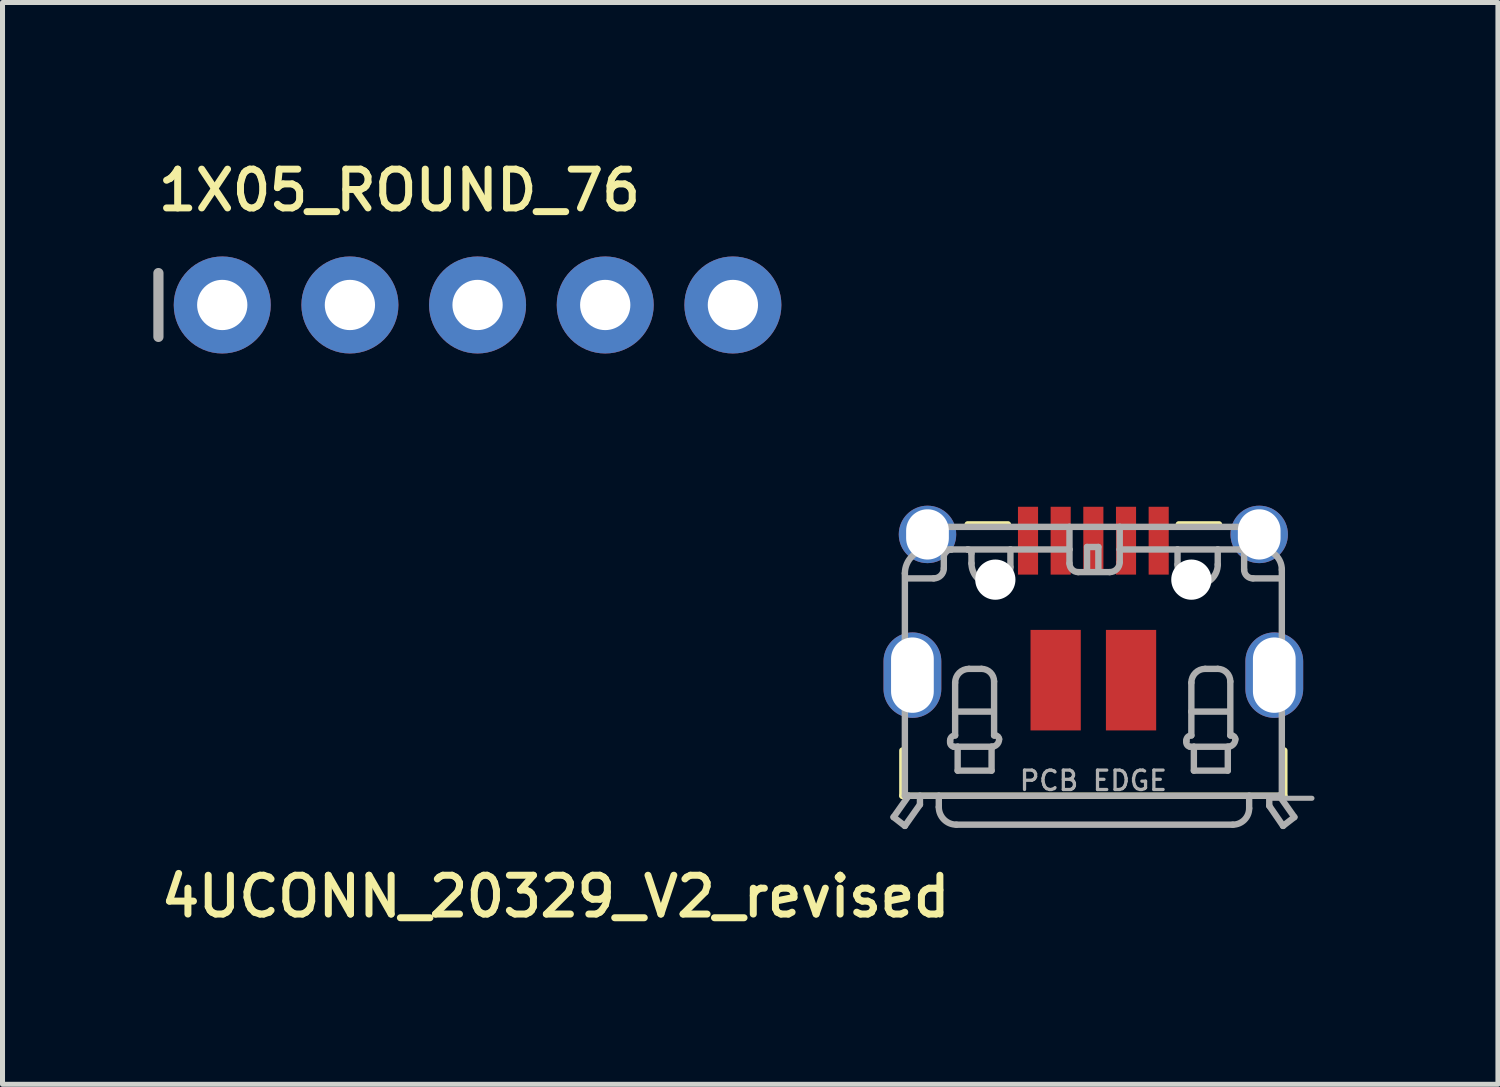
<source format=kicad_pcb>
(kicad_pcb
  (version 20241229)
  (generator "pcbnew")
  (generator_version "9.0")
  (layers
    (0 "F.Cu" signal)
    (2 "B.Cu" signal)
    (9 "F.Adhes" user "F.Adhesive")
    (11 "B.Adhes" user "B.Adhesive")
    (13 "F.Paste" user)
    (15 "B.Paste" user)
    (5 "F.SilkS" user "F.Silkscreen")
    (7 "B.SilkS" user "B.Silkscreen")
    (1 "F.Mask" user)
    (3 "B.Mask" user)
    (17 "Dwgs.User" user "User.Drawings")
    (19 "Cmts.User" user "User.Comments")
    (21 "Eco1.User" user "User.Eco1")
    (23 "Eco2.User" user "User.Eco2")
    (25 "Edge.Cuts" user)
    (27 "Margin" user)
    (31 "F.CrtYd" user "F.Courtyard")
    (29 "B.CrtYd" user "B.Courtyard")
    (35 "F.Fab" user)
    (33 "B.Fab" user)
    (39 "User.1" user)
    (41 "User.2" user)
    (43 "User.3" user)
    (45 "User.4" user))
  (footprint "4UCONN_20329_V2_revised"
    (layer "F.Cu")
    (at 18.704 8.483)
    (property "Reference" "4UCONN_20329_V2_revised" (at -2.778 5.852 180) (layer "F.SilkS") (effects (font (size 0.772 0.772) (thickness 0.139)) (justify right top)))
    (attr through_hole)
    (fp_poly (pts (xy -1.55 -0.05) (xy -1.05 -0.05) (xy -1.05 -1.5) (xy -1.55 -1.5)) (stroke (width 0) (type solid)) (fill yes) (layer "F.Mask"))
    (fp_poly (pts (xy -0.9 -0.05) (xy -0.4 -0.05) (xy -0.4 -1.5) (xy -0.9 -1.5)) (stroke (width 0) (type solid)) (fill yes) (layer "F.Mask"))
    (fp_poly (pts (xy -0.25 -0.05) (xy 0.25 -0.05) (xy 0.25 -1.5) (xy -0.25 -1.5)) (stroke (width 0) (type solid)) (fill yes) (layer "F.Mask"))
    (fp_poly (pts (xy 0.4 -0.05) (xy 0.9 -0.05) (xy 0.9 -1.5) (xy 0.4 -1.5)) (stroke (width 0) (type solid)) (fill yes) (layer "F.Mask"))
    (fp_poly (pts (xy 1.05 -0.05) (xy 1.55 -0.05) (xy 1.55 -1.5) (xy 1.05 -1.5)) (stroke (width 0) (type solid)) (fill yes) (layer "F.Mask"))
    (fp_line (start -3.8 3.4) (end -3.8 4.3) (stroke (width 0.127) (type solid)) (layer "F.SilkS"))
    (fp_line (start -3.8 4.3) (end 3.8 4.3) (stroke (width 0.127) (type solid)) (layer "F.SilkS"))
    (fp_line (start -2.5 -1.1) (end -1.7 -1.1) (stroke (width 0.127) (type solid)) (layer "F.SilkS"))
    (fp_line (start 1.7 -1.1) (end 2.5 -1.1) (stroke (width 0.127) (type solid)) (layer "F.SilkS"))
    (fp_line (start 3.8 4.3) (end 3.8 3.4) (stroke (width 0.127) (type solid)) (layer "F.SilkS"))
    (fp_poly (pts (xy -4.85 3.15) (xy -2.35 3.15) (xy -2.35 0.65) (xy -4.85 0.65)) (stroke (width 0) (type solid)) (fill yes) (layer "F.Paste"))
    (fp_poly (pts (xy -1.45 -0.15) (xy -1.15 -0.15) (xy -1.15 -1.4) (xy -1.45 -1.4)) (stroke (width 0) (type solid)) (fill yes) (layer "F.Paste"))
    (fp_poly (pts (xy -0.8 -0.15) (xy -0.5 -0.15) (xy -0.5 -1.4) (xy -0.8 -1.4)) (stroke (width 0) (type solid)) (fill yes) (layer "F.Paste"))
    (fp_poly (pts (xy -0.15 -0.15) (xy 0.15 -0.15) (xy 0.15 -1.4) (xy -0.15 -1.4)) (stroke (width 0) (type solid)) (fill yes) (layer "F.Paste"))
    (fp_poly (pts (xy 0.5 -0.15) (xy 0.8 -0.15) (xy 0.8 -1.4) (xy 0.5 -1.4)) (stroke (width 0) (type solid)) (fill yes) (layer "F.Paste"))
    (fp_poly (pts (xy 1.15 -0.15) (xy 1.45 -0.15) (xy 1.45 -1.4) (xy 1.15 -1.4)) (stroke (width 0) (type solid)) (fill yes) (layer "F.Paste"))
    (fp_poly (pts (xy 2.35 3.15) (xy 4.85 3.15) (xy 4.85 0.65) (xy 2.35 0.65)) (stroke (width 0) (type solid)) (fill yes) (layer "F.Paste"))
    (fp_poly (pts (xy -5.05 -0.9) (xy -5.014 -0.724) (xy -4.925 -0.567) (xy -4.793 -0.445) (xy -4.45 -0.35) (xy -3.35 -0.35) (xy -3.171 -0.37) (xy -3.007 -0.445) (xy -2.875 -0.567) (xy -2.786 -0.724) (xy -2.75 -0.9) (xy -2.786 -1.076) (xy -2.875 -1.233) (xy -3.007 -1.355) (xy -3.35 -1.45) (xy -4.45 -1.45) (xy -4.629 -1.43) (xy -4.793 -1.355) (xy -4.925 -1.233)) (stroke (width 0) (type solid)) (fill yes) (layer "F.Paste"))
    (fp_poly (pts (xy 2.75 -0.9) (xy 2.786 -0.724) (xy 2.875 -0.567) (xy 3.007 -0.445) (xy 3.35 -0.35) (xy 4.45 -0.35) (xy 4.629 -0.37) (xy 4.793 -0.445) (xy 4.925 -0.567) (xy 5.014 -0.724) (xy 5.05 -0.9) (xy 5.014 -1.076) (xy 4.925 -1.233) (xy 4.793 -1.355) (xy 4.45 -1.45) (xy 3.35 -1.45) (xy 3.171 -1.43) (xy 3.007 -1.355) (xy 2.875 -1.233)) (stroke (width 0) (type solid)) (fill yes) (layer "F.Paste"))
    (fp_line (start -3.975 4.725) (end -3.75 4.9) (stroke (width 0.127) (type solid)) (layer "F.Fab"))
    (fp_line (start -3.975 4.725) (end -3.675 4.3) (stroke (width 0.127) (type solid)) (layer "F.Fab"))
    (fp_line (start -3.75 -0.125) (end -3.75 4.3) (stroke (width 0.127) (type solid)) (layer "F.Fab"))
    (fp_line (start -3.75 4.3) (end -3.675 4.3) (stroke (width 0.127) (type solid)) (layer "F.Fab"))
    (fp_line (start -3.75 4.9) (end -3.45 4.475) (stroke (width 0.127) (type solid)) (layer "F.Fab"))
    (fp_line (start -3.725 -0.025) (end -3.175 -0.025) (stroke (width 0.127) (type solid)) (layer "F.Fab"))
    (fp_line (start -3.675 4.3) (end -3.45 4.3) (stroke (width 0.127) (type solid)) (layer "F.Fab"))
    (fp_line (start -3.575 -1.05) (end -0.475 -1.05) (stroke (width 0.127) (type solid)) (layer "F.Fab"))
    (fp_line (start -3.575 -0.75) (end -3.575 -1.05) (stroke (width 0.127) (type solid)) (layer "F.Fab"))
    (fp_line (start -3.45 4.3) (end -3.075 4.3) (stroke (width 0.127) (type solid)) (layer "F.Fab"))
    (fp_line (start -3.45 4.475) (end -3.45 4.3) (stroke (width 0.127) (type solid)) (layer "F.Fab"))
    (fp_line (start -3.425 -0.75) (end -3.575 -0.75) (stroke (width 0.127) (type solid)) (layer "F.Fab"))
    (fp_line (start -3.425 -0.625) (end -3.425 -0.75) (stroke (width 0.127) (type solid)) (layer "F.Fab"))
    (fp_line (start -3.075 4.3) (end -3.075 4.525) (stroke (width 0.127) (type solid)) (layer "F.Fab"))
    (fp_line (start -3.075 4.3) (end 3.1 4.3) (stroke (width 0.127) (type solid)) (layer "F.Fab"))
    (fp_line (start -2.975 -0.225) (end -2.975 -0.45) (stroke (width 0.127) (type solid)) (layer "F.Fab"))
    (fp_line (start -2.85 3.225) (end -2.85 3.2) (stroke (width 0.127) (type solid)) (layer "F.Fab"))
    (fp_line (start -2.825 -0.6) (end -3.275 -0.6) (stroke (width 0.127) (type solid)) (layer "F.Fab"))
    (fp_line (start -2.825 -0.6) (end -2.5 -0.6) (stroke (width 0.127) (type solid)) (layer "F.Fab"))
    (fp_line (start -2.75 2.625) (end -2.75 2.05) (stroke (width 0.127) (type solid)) (layer "F.Fab"))
    (fp_line (start -2.75 2.625) (end -2 2.625) (stroke (width 0.127) (type solid)) (layer "F.Fab"))
    (fp_line (start -2.75 3.1) (end -2.75 2.625) (stroke (width 0.127) (type solid)) (layer "F.Fab"))
    (fp_line (start -2.725 4.875) (end 2.775 4.875) (stroke (width 0.127) (type solid)) (layer "F.Fab"))
    (fp_line (start -2.7 3.325) (end -2.775 3.325) (stroke (width 0.127) (type solid)) (layer "F.Fab"))
    (fp_line (start -2.7 3.325) (end -2 3.325) (stroke (width 0.127) (type solid)) (layer "F.Fab"))
    (fp_line (start -2.7 3.8) (end -2.7 3.325) (stroke (width 0.127) (type solid)) (layer "F.Fab"))
    (fp_line (start -2.475 1.775) (end -2.225 1.775) (stroke (width 0.127) (type solid)) (layer "F.Fab"))
    (fp_line (start -2.425 -0.525) (end -2.425 -0.325) (stroke (width 0.127) (type solid)) (layer "F.Fab"))
    (fp_line (start -2.025 3.325) (end -2.025 3.8) (stroke (width 0.127) (type solid)) (layer "F.Fab"))
    (fp_line (start -2.025 3.8) (end -2.7 3.8) (stroke (width 0.127) (type solid)) (layer "F.Fab"))
    (fp_line (start -1.975 2.025) (end -1.975 3.1) (stroke (width 0.127) (type solid)) (layer "F.Fab"))
    (fp_line (start -1.975 3.1) (end -1.95 3.1) (stroke (width 0.127) (type solid)) (layer "F.Fab"))
    (fp_line (start -1.65 -0.6) (end -2.5 -0.6) (stroke (width 0.127) (type solid)) (layer "F.Fab"))
    (fp_line (start -1.65 -0.25) (end -1.65 -0.6) (stroke (width 0.127) (type solid)) (layer "F.Fab"))
    (fp_line (start -0.475 -1.05) (end 0.525 -1.05) (stroke (width 0.127) (type solid)) (layer "F.Fab"))
    (fp_line (start -0.475 -0.6) (end -1.65 -0.6) (stroke (width 0.127) (type solid)) (layer "F.Fab"))
    (fp_line (start -0.475 -0.6) (end -0.475 -1.05) (stroke (width 0.127) (type solid)) (layer "F.Fab"))
    (fp_line (start -0.475 -0.325) (end -0.475 -0.6) (stroke (width 0.127) (type solid)) (layer "F.Fab"))
    (fp_line (start -0.125 -0.65) (end 0.1 -0.65) (stroke (width 0.127) (type solid)) (layer "F.Fab"))
    (fp_line (start -0.125 -0.175) (end -0.125 -0.65) (stroke (width 0.127) (type solid)) (layer "F.Fab"))
    (fp_line (start 0.1 -0.65) (end 0.1 -0.175) (stroke (width 0.127) (type solid)) (layer "F.Fab"))
    (fp_line (start 0.325 -0.15) (end -0.3 -0.15) (stroke (width 0.127) (type solid)) (layer "F.Fab"))
    (fp_line (start 0.525 -1.05) (end 0.525 -0.6) (stroke (width 0.127) (type solid)) (layer "F.Fab"))
    (fp_line (start 0.525 -1.05) (end 3.6 -1.05) (stroke (width 0.127) (type solid)) (layer "F.Fab"))
    (fp_line (start 0.525 -0.6) (end 0.525 -0.35) (stroke (width 0.127) (type solid)) (layer "F.Fab"))
    (fp_line (start 1.675 -0.6) (end 0.525 -0.6) (stroke (width 0.127) (type solid)) (layer "F.Fab"))
    (fp_line (start 1.675 -0.6) (end 1.675 -0.3) (stroke (width 0.127) (type solid)) (layer "F.Fab"))
    (fp_line (start 1.85 3.225) (end 1.85 3.2) (stroke (width 0.127) (type solid)) (layer "F.Fab"))
    (fp_line (start 1.95 2.625) (end 1.95 2.05) (stroke (width 0.127) (type solid)) (layer "F.Fab"))
    (fp_line (start 1.95 2.625) (end 2.7 2.625) (stroke (width 0.127) (type solid)) (layer "F.Fab"))
    (fp_line (start 1.95 3.1) (end 1.95 2.625) (stroke (width 0.127) (type solid)) (layer "F.Fab"))
    (fp_line (start 2 3.325) (end 1.925 3.325) (stroke (width 0.127) (type solid)) (layer "F.Fab"))
    (fp_line (start 2 3.325) (end 2.7 3.325) (stroke (width 0.127) (type solid)) (layer "F.Fab"))
    (fp_line (start 2 3.8) (end 2 3.325) (stroke (width 0.127) (type solid)) (layer "F.Fab"))
    (fp_line (start 2.225 1.775) (end 2.475 1.775) (stroke (width 0.127) (type solid)) (layer "F.Fab"))
    (fp_line (start 2.475 -0.6) (end 1.675 -0.6) (stroke (width 0.127) (type solid)) (layer "F.Fab"))
    (fp_line (start 2.475 -0.6) (end 2.925 -0.6) (stroke (width 0.127) (type solid)) (layer "F.Fab"))
    (fp_line (start 2.475 -0.3) (end 2.475 -0.6) (stroke (width 0.127) (type solid)) (layer "F.Fab"))
    (fp_line (start 2.675 3.325) (end 2.675 3.8) (stroke (width 0.127) (type solid)) (layer "F.Fab"))
    (fp_line (start 2.675 3.8) (end 2 3.8) (stroke (width 0.127) (type solid)) (layer "F.Fab"))
    (fp_line (start 2.725 2.025) (end 2.725 3.1) (stroke (width 0.127) (type solid)) (layer "F.Fab"))
    (fp_line (start 2.725 3.1) (end 2.75 3.1) (stroke (width 0.127) (type solid)) (layer "F.Fab"))
    (fp_line (start 3 -0.525) (end 3 -0.2) (stroke (width 0.127) (type solid)) (layer "F.Fab"))
    (fp_line (start 3.1 4.3) (end 3.7 4.3) (stroke (width 0.127) (type solid)) (layer "F.Fab"))
    (fp_line (start 3.1 4.55) (end 3.1 4.3) (stroke (width 0.127) (type solid)) (layer "F.Fab"))
    (fp_line (start 3.175 -0.025) (end 3.725 -0.025) (stroke (width 0.127) (type solid)) (layer "F.Fab"))
    (fp_line (start 3.35 -0.775) (end 3.35 -0.6) (stroke (width 0.127) (type solid)) (layer "F.Fab"))
    (fp_line (start 3.35 -0.6) (end 2.925 -0.6) (stroke (width 0.127) (type solid)) (layer "F.Fab"))
    (fp_line (start 3.5 4.35) (end 4.35 4.35) (stroke (width 0.1) (type solid)) (layer "F.Fab"))
    (fp_line (start 3.5 4.5) (end 3.5 4.35) (stroke (width 0.127) (type solid)) (layer "F.Fab"))
    (fp_line (start 3.6 -1.05) (end 3.6 -0.775) (stroke (width 0.127) (type solid)) (layer "F.Fab"))
    (fp_line (start 3.6 -0.775) (end 3.35 -0.775) (stroke (width 0.127) (type solid)) (layer "F.Fab"))
    (fp_line (start 3.7 4.3) (end 3.75 4.3) (stroke (width 0.127) (type solid)) (layer "F.Fab"))
    (fp_line (start 3.7 4.3) (end 4 4.725) (stroke (width 0.127) (type solid)) (layer "F.Fab"))
    (fp_line (start 3.75 4.3) (end 3.75 -0.2) (stroke (width 0.127) (type solid)) (layer "F.Fab"))
    (fp_line (start 3.775 4.9) (end 3.5 4.5) (stroke (width 0.127) (type solid)) (layer "F.Fab"))
    (fp_line (start 4 4.725) (end 3.775 4.9) (stroke (width 0.127) (type solid)) (layer "F.Fab"))
    (fp_arc (start -3.750001 -0.124999) (mid -3.610876 -0.460875) (end -3.275 -0.6) (stroke (width 0.127) (type solid)) (layer "F.Fab"))
    (fp_arc (start -2.975 -0.45) (mid -2.931066 -0.556066) (end -2.825 -0.6) (stroke (width 0.127) (type solid)) (layer "F.Fab"))
    (fp_arc (start -2.975 -0.225) (mid -3.033579 -0.083579) (end -3.175 -0.025) (stroke (width 0.127) (type solid)) (layer "F.Fab"))
    (fp_arc (start -2.85 3.2) (mid -2.820711 3.129289) (end -2.75 3.1) (stroke (width 0.127) (type solid)) (layer "F.Fab"))
    (fp_arc (start -2.775 3.325) (mid -2.833211 3.290533) (end -2.85 3.225) (stroke (width 0.127) (type solid)) (layer "F.Fab"))
    (fp_arc (start -2.75 2.05) (mid -2.669454 1.855546) (end -2.475 1.775) (stroke (width 0.127) (type solid)) (layer "F.Fab"))
    (fp_arc (start -2.725 4.875) (mid -2.972487 4.772487) (end -3.075 4.525) (stroke (width 0.127) (type solid)) (layer "F.Fab"))
    (fp_arc (start -2.5 -0.6) (mid -2.446967 -0.578033) (end -2.425 -0.525) (stroke (width 0.127) (type solid)) (layer "F.Fab"))
    (fp_arc (start -2.225 1.775) (mid -2.048223 1.848223) (end -1.975 2.025) (stroke (width 0.127) (type solid)) (layer "F.Fab"))
    (fp_arc (start -2 0.1) (mid -2.30052 -0.02448) (end -2.425 -0.325) (stroke (width 0.127) (type solid)) (layer "F.Fab"))
    (fp_arc (start -1.95 3.1) (mid -1.896967 3.121967) (end -1.875 3.175) (stroke (width 0.127) (type solid)) (layer "F.Fab"))
    (fp_arc (start -1.875 3.175) (mid -1.918934 3.281066) (end -2.025 3.325) (stroke (width 0.127) (type solid)) (layer "F.Fab"))
    (fp_arc (start -1.65 -0.25) (mid -1.752513 -0.002513) (end -2 0.1) (stroke (width 0.127) (type solid)) (layer "F.Fab"))
    (fp_arc (start -0.3 -0.15) (mid -0.423744 -0.201256) (end -0.475 -0.325) (stroke (width 0.127) (type solid)) (layer "F.Fab"))
    (fp_arc (start 0.525 -0.35) (mid 0.466421 -0.208579) (end 0.325 -0.15) (stroke (width 0.127) (type solid)) (layer "F.Fab"))
    (fp_arc (start 1.85 3.2) (mid 1.879289 3.129289) (end 1.95 3.1) (stroke (width 0.127) (type solid)) (layer "F.Fab"))
    (fp_arc (start 1.925 3.325) (mid 1.866789 3.290533) (end 1.85 3.225) (stroke (width 0.127) (type solid)) (layer "F.Fab"))
    (fp_arc (start 1.95 2.05) (mid 2.030546 1.855546) (end 2.225 1.775) (stroke (width 0.127) (type solid)) (layer "F.Fab"))
    (fp_arc (start 2.075 0.1) (mid 1.792157 -0.017157) (end 1.675 -0.3) (stroke (width 0.127) (type solid)) (layer "F.Fab"))
    (fp_arc (start 2.475 -0.3) (mid 2.357843 -0.017157) (end 2.075 0.1) (stroke (width 0.127) (type solid)) (layer "F.Fab"))
    (fp_arc (start 2.475 1.775) (mid 2.651777 1.848223) (end 2.725 2.025) (stroke (width 0.127) (type solid)) (layer "F.Fab"))
    (fp_arc (start 2.75 3.1) (mid 2.803033 3.121967) (end 2.825 3.175) (stroke (width 0.127) (type solid)) (layer "F.Fab"))
    (fp_arc (start 2.825 3.175) (mid 2.781066 3.281066) (end 2.675 3.325) (stroke (width 0.127) (type solid)) (layer "F.Fab"))
    (fp_arc (start 2.925 -0.6) (mid 2.978033 -0.578033) (end 3 -0.525) (stroke (width 0.127) (type solid)) (layer "F.Fab"))
    (fp_arc (start 3.1 4.55) (mid 3.00481 4.77981) (end 2.775 4.875) (stroke (width 0.127) (type solid)) (layer "F.Fab"))
    (fp_arc (start 3.175 -0.025) (mid 3.051256 -0.076256) (end 3 -0.2) (stroke (width 0.127) (type solid)) (layer "F.Fab"))
    (fp_arc (start 3.349999 -0.599999) (mid 3.632842 -0.482842) (end 3.75 -0.2) (stroke (width 0.127) (type solid)) (layer "F.Fab"))
    (fp_text user "PCB EDGE" (at 0 4 0) (layer "F.Fab") (effects (font (size 0.386 0.386) (thickness 0.065))))
    (pad "" np_thru_hole circle (at -1.95 0) (size 0.8 0.8) (drill 0.8) (layers "*.Cu" "*.Mask"))
    (pad "" np_thru_hole circle (at 1.95 0) (size 0.8 0.8) (drill 0.8) (layers "*.Cu" "*.Mask"))
    (pad "BASE@1" smd rect (at -0.75 2 90) (size 2 1) (layers "F.Cu" "F.Mask" "F.Paste"))
    (pad "BASE@2" smd rect (at 0.75 2 90) (size 2 1) (layers "F.Cu" "F.Mask" "F.Paste"))
    (pad "D+" smd rect (at 0 -0.775) (size 0.4 1.35) (layers "F.Cu" "F.Mask"))
    (pad "D-" smd rect (at -0.65 -0.775) (size 0.4 1.35) (layers "F.Cu" "F.Mask"))
    (pad "GND" smd rect (at 1.3 -0.775) (size 0.4 1.35) (layers "F.Cu" "F.Mask"))
    (pad "ID" smd rect (at 0.65 -0.775) (size 0.4 1.35) (layers "F.Cu" "F.Mask"))
    (pad "SPRT@1" thru_hole circle (at -3.3 -0.9 180) (size 1.143 1.143) (drill oval 0.85 1) (layers "*.Cu" "*.Mask"))
    (pad "SPRT@2" thru_hole circle (at 3.3 -0.9) (size 1.143 1.143) (drill oval 0.85 1) (layers "*.Cu" "*.Mask"))
    (pad "SPRT@3" thru_hole oval (at -3.6 1.9 90) (size 1.7 1.15) (drill oval 1.5 0.85) (layers "*.Cu" "*.Mask"))
    (pad "SPRT@4" thru_hole oval (at 3.6 1.9 90) (size 1.7 1.15) (drill oval 1.5 0.85) (layers "*.Cu" "*.Mask"))
    (pad "VBUS" smd rect (at -1.3 -0.775) (size 0.4 1.35) (layers "F.Cu" "F.Mask")))
  (footprint "1X05_ROUND_76"
    (layer "F.Cu")
    (at 6.452 3.018)
    (property "Reference" "1X05_ROUND_76" (at -6.426 -1.829 0) (layer "F.SilkS") (effects (font (size 0.772 0.772) (thickness 0.139)) (justify left bottom)))
    (attr through_hole)
    (fp_line (start -6.35 -0.635) (end -6.35 0.635) (stroke (width 0.203) (type solid)) (layer "F.Fab"))
    (fp_poly (pts (xy -5.334 0.254) (xy -4.826 0.254) (xy -4.826 -0.254) (xy -5.334 -0.254)) (stroke (width 0.1) (type solid)) (fill no) (layer "F.Fab"))
    (fp_poly (pts (xy -2.794 0.254) (xy -2.286 0.254) (xy -2.286 -0.254) (xy -2.794 -0.254)) (stroke (width 0.1) (type solid)) (fill no) (layer "F.Fab"))
    (fp_poly (pts (xy -0.254 0.254) (xy 0.254 0.254) (xy 0.254 -0.254) (xy -0.254 -0.254)) (stroke (width 0.1) (type solid)) (fill no) (layer "F.Fab"))
    (fp_poly (pts (xy 2.286 0.254) (xy 2.794 0.254) (xy 2.794 -0.254) (xy 2.286 -0.254)) (stroke (width 0.1) (type solid)) (fill no) (layer "F.Fab"))
    (fp_poly (pts (xy 4.826 0.254) (xy 5.334 0.254) (xy 5.334 -0.254) (xy 4.826 -0.254)) (stroke (width 0.1) (type solid)) (fill no) (layer "F.Fab"))
    (pad "1" thru_hole circle (at -5.08 0 90) (size 1.93 1.93) (drill 1) (layers "*.Cu" "*.Mask"))
    (pad "2" thru_hole circle (at -2.54 0 90) (size 1.93 1.93) (drill 1) (layers "*.Cu" "*.Mask"))
    (pad "3" thru_hole circle (at 0 0 90) (size 1.93 1.93) (drill 1) (layers "*.Cu" "*.Mask"))
    (pad "4" thru_hole circle (at 2.54 0 90) (size 1.93 1.93) (drill 1) (layers "*.Cu" "*.Mask"))
    (pad "5" thru_hole circle (at 5.08 0 90) (size 1.93 1.93) (drill 1) (layers "*.Cu" "*.Mask")))
  (gr_rect
    (start -3 -3)
    (end 26.754 18.524)
    (stroke (width 0.1) (type default))
    (fill no)
    (layer "Edge.Cuts")))
</source>
